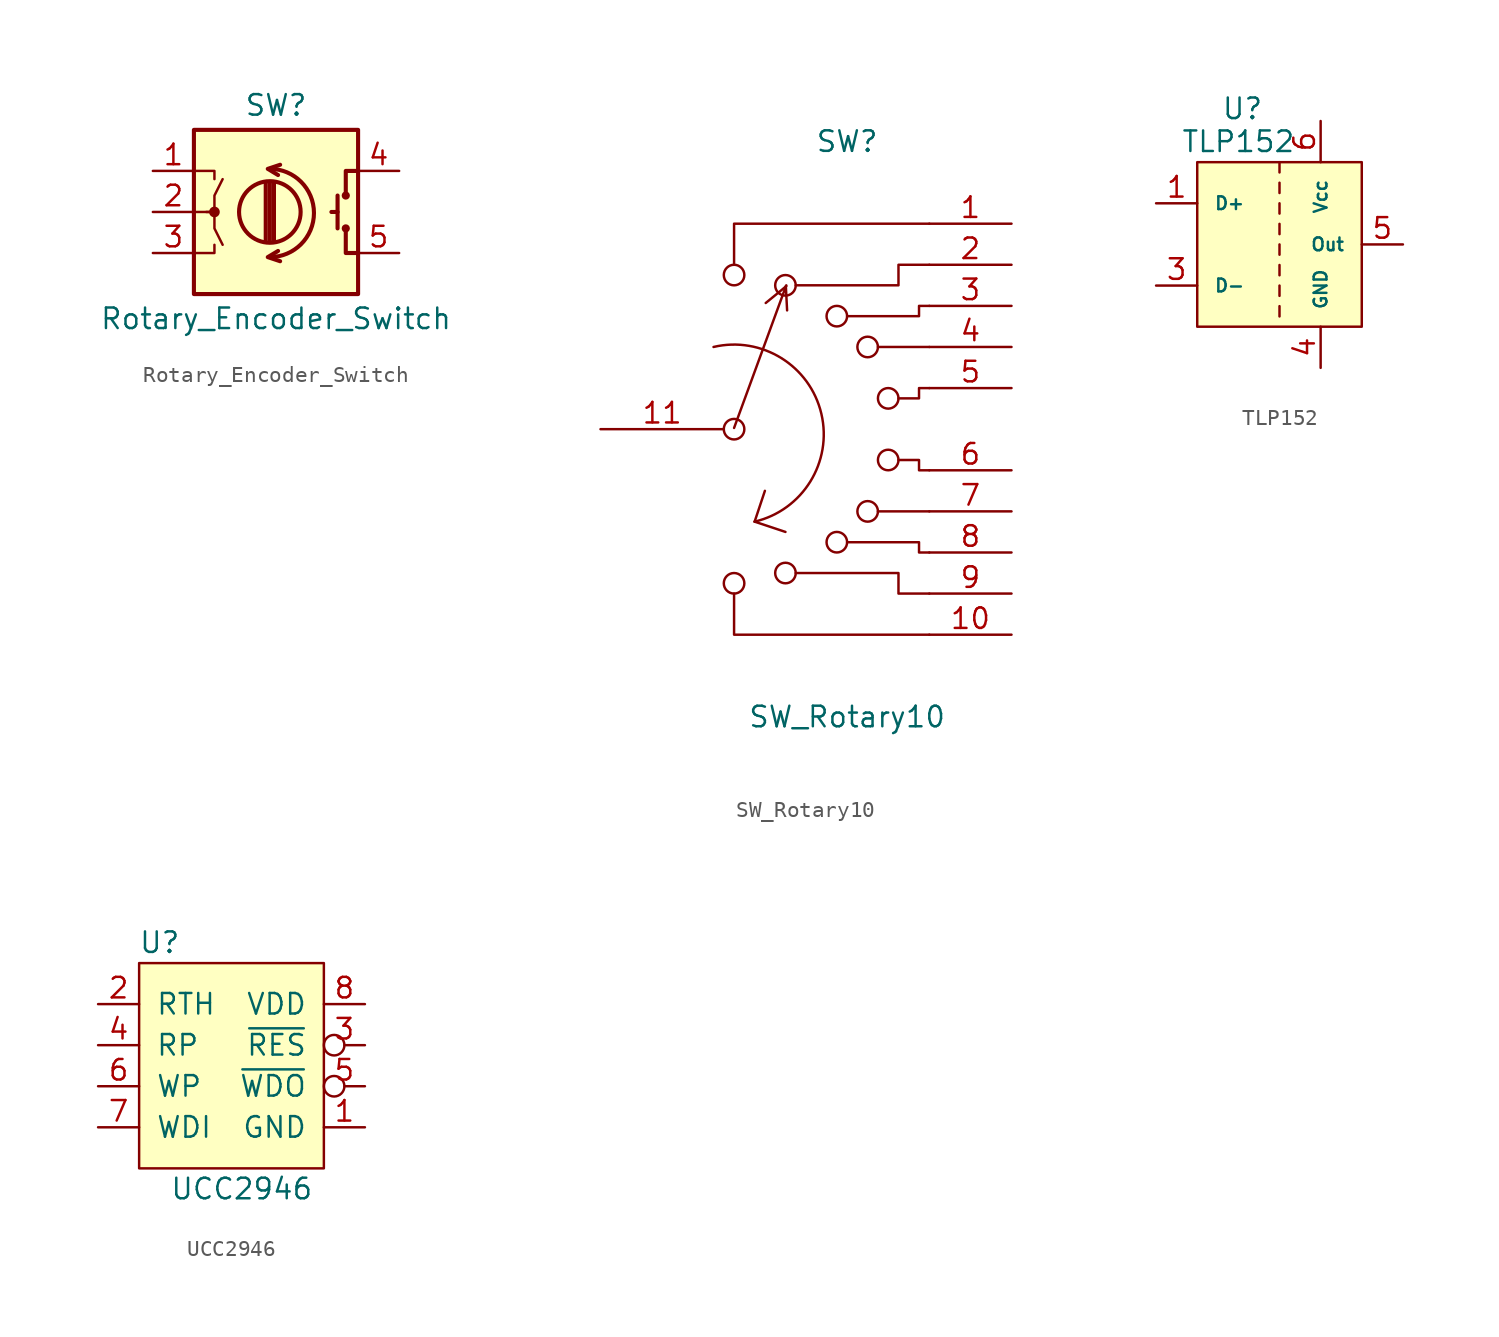
<source format=kicad_sym>
(kicad_symbol_lib
  (version 20241209)
  (generator "kicad_symbol_editor")
  (generator_version "9.0")
  (symbol "Rotary_Encoder_Switch"
    (pin_names
      (offset 0.254)
      (hide yes))
    (property "Reference" "SW"
      (at 0 6.604 0)
      (effects (font (size 1.27 1.27))))
    (property "Value" "Rotary_Encoder_Switch"
      (at 0 -6.604 0)
      (effects (font (size 1.27 1.27))))
    (symbol "Rotary_Encoder_Switch_0_1"
      (rectangle (start -5.08 5.08) (end 5.08 -5.08) (stroke (width 0.254) (type solid)) (fill (type background)))
      (polyline (pts (xy -5.08 2.54) (xy -3.81 2.54) (xy -3.81 2.032)) (stroke (width 0) (type solid)) (fill (type none)))
      (polyline (pts (xy -5.08 0) (xy -3.81 0) (xy -3.81 -1.016) (xy -3.302 -2.032)) (stroke (width 0) (type solid)) (fill (type none)))
      (polyline (pts (xy -5.08 -2.54) (xy -3.81 -2.54) (xy -3.81 -2.032)) (stroke (width 0) (type solid)) (fill (type none)))
      (polyline (pts (xy -4.318 0) (xy -3.81 0) (xy -3.81 1.016) (xy -3.302 2.032)) (stroke (width 0) (type solid)) (fill (type none)))
      (circle (center -3.81 0) (radius 0.254) (stroke (width 0) (type solid)) (fill (type outline)))
      (polyline (pts (xy -0.635 -1.778) (xy -0.635 1.778)) (stroke (width 0.254) (type solid)) (fill (type none)))
      (arc (start -0.381 2.667) (mid 2.3376 -0.0635) (end -0.381 -2.794) (stroke (width 0.254) (type solid)) (fill (type none)))
      (circle (center -0.381 0) (radius 1.905) (stroke (width 0.254) (type solid)) (fill (type none)))
      (polyline (pts (xy -0.381 -1.778) (xy -0.381 1.778)) (stroke (width 0.254) (type solid)) (fill (type none)))
      (polyline (pts (xy -0.127 1.778) (xy -0.127 -1.778)) (stroke (width 0.254) (type solid)) (fill (type none)))
      (polyline (pts (xy 0.254 2.921) (xy -0.508 2.667) (xy 0.127 2.286)) (stroke (width 0.254) (type solid)) (fill (type none)))
      (polyline (pts (xy 0.254 -3.048) (xy -0.508 -2.794) (xy 0.127 -2.413)) (stroke (width 0.254) (type solid)) (fill (type none)))
      (polyline (pts (xy 3.81 1.016) (xy 3.81 -1.016)) (stroke (width 0.254) (type solid)) (fill (type none)))
      (polyline (pts (xy 3.81 0) (xy 3.429 0)) (stroke (width 0.254) (type solid)) (fill (type none)))
      (circle (center 4.318 1.016) (radius 0.127) (stroke (width 0.254) (type solid)) (fill (type none)))
      (circle (center 4.318 -1.016) (radius 0.127) (stroke (width 0.254) (type solid)) (fill (type none)))
      (polyline (pts (xy 5.08 2.54) (xy 4.318 2.54) (xy 4.318 1.016)) (stroke (width 0.254) (type solid)) (fill (type none)))
      (polyline (pts (xy 5.08 -2.54) (xy 4.318 -2.54) (xy 4.318 -1.016)) (stroke (width 0.254) (type solid)) (fill (type none))))
    (symbol "Rotary_Encoder_Switch_1_1"
      (pin passive line (at -7.62 2.54 0) (length 2.54) (name "A" (effects (font (size 1.27 1.27)))) (number "1" (effects (font (size 1.27 1.27)))))
      (pin passive line (at -7.62 0 0) (length 2.54) (name "C" (effects (font (size 1.27 1.27)))) (number "2" (effects (font (size 1.27 1.27)))))
      (pin passive line (at -7.62 -2.54 0) (length 2.54) (name "B" (effects (font (size 1.27 1.27)))) (number "3" (effects (font (size 1.27 1.27)))))
      (pin passive line (at 7.62 2.54 180) (length 2.54) (name "S1" (effects (font (size 1.27 1.27)))) (number "4" (effects (font (size 1.27 1.27)))))
      (pin passive line (at 7.62 -2.54 180) (length 2.54) (name "S2" (effects (font (size 1.27 1.27)))) (number "5" (effects (font (size 1.27 1.27)))))))
  (symbol "SW_Rotary10"
    (pin_names
      (offset 1.016)
      (hide yes))
    (property "Reference" "SW"
      (at 0 17.78 0)
      (effects (font (size 1.27 1.27))))
    (property "Value" "SW_Rotary10"
      (at 0 -17.78 0)
      (effects (font (size 1.27 1.27))))
    (symbol "SW_Rotary10_0_0"
      (arc (start -8.255 5.08) (mid -1.6023 0.949) (end -5.715 -5.715) (stroke (width 0) (type solid)) (fill (type none)))
      (polyline (pts (xy -6.985 10.16) (xy -6.985 12.7) (xy 5.08 12.7)) (stroke (width 0) (type solid)) (fill (type none)))
      (circle (center -6.985 9.525) (radius 0.635) (stroke (width 0) (type solid)) (fill (type none)))
      (circle (center -6.985 0) (radius 0.635) (stroke (width 0) (type solid)) (fill (type none)))
      (circle (center -6.985 -9.525) (radius 0.635) (stroke (width 0) (type solid)) (fill (type none)))
      (polyline (pts (xy -6.985 -10.16) (xy -6.985 -12.7) (xy 5.08 -12.7)) (stroke (width 0) (type solid)) (fill (type none)))
      (polyline (pts (xy -5.715 -5.715) (xy -5.08 -3.81)) (stroke (width 0) (type solid)) (fill (type none)))
      (polyline (pts (xy -5.715 -5.715) (xy -3.81 -6.35)) (stroke (width 0) (type solid)) (fill (type none)))
      (circle (center -3.81 8.89) (radius 0.635) (stroke (width 0) (type solid)) (fill (type none)))
      (circle (center -3.81 -8.89) (radius 0.635) (stroke (width 0) (type solid)) (fill (type none)))
      (polyline (pts (xy -3.175 8.89) (xy 3.175 8.89) (xy 3.175 10.16) (xy 5.08 10.16)) (stroke (width 0) (type solid)) (fill (type none)))
      (polyline (pts (xy -3.175 -8.89) (xy 3.175 -8.89) (xy 3.175 -10.16) (xy 5.08 -10.16)) (stroke (width 0) (type solid)) (fill (type none)))
      (circle (center -0.635 6.985) (radius 0.635) (stroke (width 0) (type solid)) (fill (type none)))
      (circle (center -0.635 -6.985) (radius 0.635) (stroke (width 0) (type solid)) (fill (type none)))
      (polyline (pts (xy 0 6.985) (xy 4.445 6.985) (xy 4.445 7.62) (xy 5.08 7.62)) (stroke (width 0) (type solid)) (fill (type none)))
      (polyline (pts (xy 0 -6.985) (xy 4.445 -6.985) (xy 4.445 -7.62) (xy 5.08 -7.62)) (stroke (width 0) (type solid)) (fill (type none)))
      (circle (center 1.27 5.08) (radius 0.635) (stroke (width 0) (type solid)) (fill (type none)))
      (circle (center 1.27 -5.08) (radius 0.635) (stroke (width 0) (type solid)) (fill (type none)))
      (polyline (pts (xy 1.905 5.08) (xy 5.08 5.08)) (stroke (width 0) (type solid)) (fill (type none)))
      (polyline (pts (xy 1.905 -5.08) (xy 5.08 -5.08)) (stroke (width 0) (type solid)) (fill (type none)))
      (circle (center 2.54 1.905) (radius 0.635) (stroke (width 0) (type solid)) (fill (type none)))
      (circle (center 2.54 -1.905) (radius 0.635) (stroke (width 0) (type solid)) (fill (type none)))
      (polyline (pts (xy 3.175 1.905) (xy 4.445 1.905) (xy 4.445 2.54) (xy 5.08 2.54)) (stroke (width 0) (type solid)) (fill (type none)))
      (polyline (pts (xy 3.175 -1.905) (xy 4.445 -1.905) (xy 4.445 -2.54) (xy 5.08 -2.54)) (stroke (width 0) (type solid)) (fill (type none))))
    (symbol "SW_Rotary10_0_1"
      (polyline (pts (xy -3.785 8.839) (xy -3.708 7.341)) (stroke (width 0) (type solid)) (fill (type none)))
      (polyline (pts (xy -3.759 8.89) (xy -6.985 0.076)) (stroke (width 0) (type solid)) (fill (type none)))
      (polyline (pts (xy -3.759 8.839) (xy -5.029 7.798)) (stroke (width 0) (type solid)) (fill (type none)))
      (pin passive line (at -15.24 0 0) (length 7.62) (name "11" (effects (font (size 1.27 1.27)))) (number "11" (effects (font (size 1.27 1.27)))))
      (pin passive line (at 10.16 12.7 180) (length 5.08) (name "1" (effects (font (size 1.27 1.27)))) (number "1" (effects (font (size 1.27 1.27)))))
      (pin passive line (at 10.16 10.16 180) (length 5.08) (name "2" (effects (font (size 1.27 1.27)))) (number "2" (effects (font (size 1.27 1.27)))))
      (pin passive line (at 10.16 7.62 180) (length 5.08) (name "3" (effects (font (size 1.27 1.27)))) (number "3" (effects (font (size 1.27 1.27)))))
      (pin passive line (at 10.16 5.08 180) (length 5.08) (name "4" (effects (font (size 1.27 1.27)))) (number "4" (effects (font (size 1.27 1.27)))))
      (pin passive line (at 10.16 2.54 180) (length 5.08) (name "5" (effects (font (size 1.27 1.27)))) (number "5" (effects (font (size 1.27 1.27)))))
      (pin passive line (at 10.16 -2.54 180) (length 5.08) (name "6" (effects (font (size 1.27 1.27)))) (number "6" (effects (font (size 1.27 1.27)))))
      (pin passive line (at 10.16 -5.08 180) (length 5.08) (name "7" (effects (font (size 1.27 1.27)))) (number "7" (effects (font (size 1.27 1.27)))))
      (pin passive line (at 10.16 -7.62 180) (length 5.08) (name "8" (effects (font (size 1.27 1.27)))) (number "8" (effects (font (size 1.27 1.27)))))
      (pin passive line (at 10.16 -10.16 180) (length 5.08) (name "9" (effects (font (size 1.27 1.27)))) (number "9" (effects (font (size 1.27 1.27)))))
      (pin passive line (at 10.16 -12.7 180) (length 5.08) (name "10" (effects (font (size 1.27 1.27)))) (number "10" (effects (font (size 1.27 1.27)))))))
  (symbol "TLP152"
    (pin_names
      (offset 1.016))
    (property "Reference" "U"
      (at 0.254 -9.398 0)
      (effects (font (size 1.27 1.27))))
    (property "Value" "TLP152"
      (at 0 -11.43 0)
      (effects (font (size 1.27 1.27))))
    (symbol "TLP152_0_1"
      (rectangle (start -2.54 -12.7) (end 7.62 -22.86) (stroke (width 0) (type solid)) (fill (type background)))
      (polyline (pts (xy 2.54 -12.7) (xy 2.54 -13.335)) (stroke (width 0) (type solid)) (fill (type none)))
      (polyline (pts (xy 2.54 -13.97) (xy 2.54 -14.605)) (stroke (width 0) (type solid)) (fill (type none)))
      (polyline (pts (xy 2.54 -15.24) (xy 2.54 -15.875)) (stroke (width 0) (type solid)) (fill (type none)))
      (polyline (pts (xy 2.54 -16.51) (xy 2.54 -17.145)) (stroke (width 0) (type solid)) (fill (type none)))
      (polyline (pts (xy 2.54 -17.78) (xy 2.54 -18.415)) (stroke (width 0) (type solid)) (fill (type none)))
      (polyline (pts (xy 2.54 -19.05) (xy 2.54 -19.685)) (stroke (width 0) (type solid)) (fill (type none)))
      (polyline (pts (xy 2.54 -20.32) (xy 2.54 -20.955)) (stroke (width 0) (type solid)) (fill (type none)))
      (polyline (pts (xy 2.54 -21.59) (xy 2.54 -22.225)) (stroke (width 0) (type solid)) (fill (type none))))
    (symbol "TLP152_1_1"
      (pin input line (at -5.08 -15.24 0) (length 2.54) (name "D+" (effects (font (size 0.787 0.787)))) (number "1" (effects (font (size 1.27 1.27)))))
      (pin input line (at -5.08 -20.32 0) (length 2.54) (name "D-" (effects (font (size 0.787 0.787)))) (number "3" (effects (font (size 1.27 1.27)))))
      (pin power_in line (at 5.08 -10.16 270) (length 2.54) (name "Vcc" (effects (font (size 0.787 0.787)))) (number "6" (effects (font (size 1.27 1.27)))))
      (pin power_in line (at 5.08 -25.4 90) (length 2.54) (name "GND" (effects (font (size 0.787 0.787)))) (number "4" (effects (font (size 1.27 1.27)))))
      (pin output line (at 10.16 -17.78 180) (length 2.54) (name "Out" (effects (font (size 0.787 0.787)))) (number "5" (effects (font (size 1.27 1.27)))))))
  (symbol "UCC2946"
    (pin_names
      (offset 1.016))
    (property "Reference" "U"
      (at -3.81 8.89 0)
      (effects (font (size 1.27 1.27))))
    (property "Value" "UCC2946"
      (at 1.27 -6.35 0)
      (effects (font (size 1.27 1.27))))
    (symbol "UCC2946_0_1"
      (rectangle (start 6.35 7.62) (end -5.08 -5.08) (stroke (width 0) (type solid)) (fill (type background))))
    (symbol "UCC2946_1_1"
      (pin input line (at -7.62 5.08 0) (length 2.54) (name "RTH" (effects (font (size 1.27 1.27)))) (number "2" (effects (font (size 1.27 1.27)))))
      (pin input line (at -7.62 2.54 0) (length 2.54) (name "RP" (effects (font (size 1.27 1.27)))) (number "4" (effects (font (size 1.27 1.27)))))
      (pin input line (at -7.62 0 0) (length 2.54) (name "WP" (effects (font (size 1.27 1.27)))) (number "6" (effects (font (size 1.27 1.27)))))
      (pin input line (at -7.62 -2.54 0) (length 2.54) (name "WDI" (effects (font (size 1.27 1.27)))) (number "7" (effects (font (size 1.27 1.27)))))
      (pin power_in line (at 8.89 5.08 180) (length 2.54) (name "VDD" (effects (font (size 1.27 1.27)))) (number "8" (effects (font (size 1.27 1.27)))))
      (pin output inverted (at 8.89 2.54 180) (length 2.54) (name "~{RES}" (effects (font (size 1.27 1.27)))) (number "3" (effects (font (size 1.27 1.27)))))
      (pin output inverted (at 8.89 0 180) (length 2.54) (name "~{WDO}" (effects (font (size 1.27 1.27)))) (number "5" (effects (font (size 1.27 1.27)))))
      (pin power_in line (at 8.89 -2.54 180) (length 2.54) (name "GND" (effects (font (size 1.27 1.27)))) (number "1" (effects (font (size 1.27 1.27))))))))
</source>
